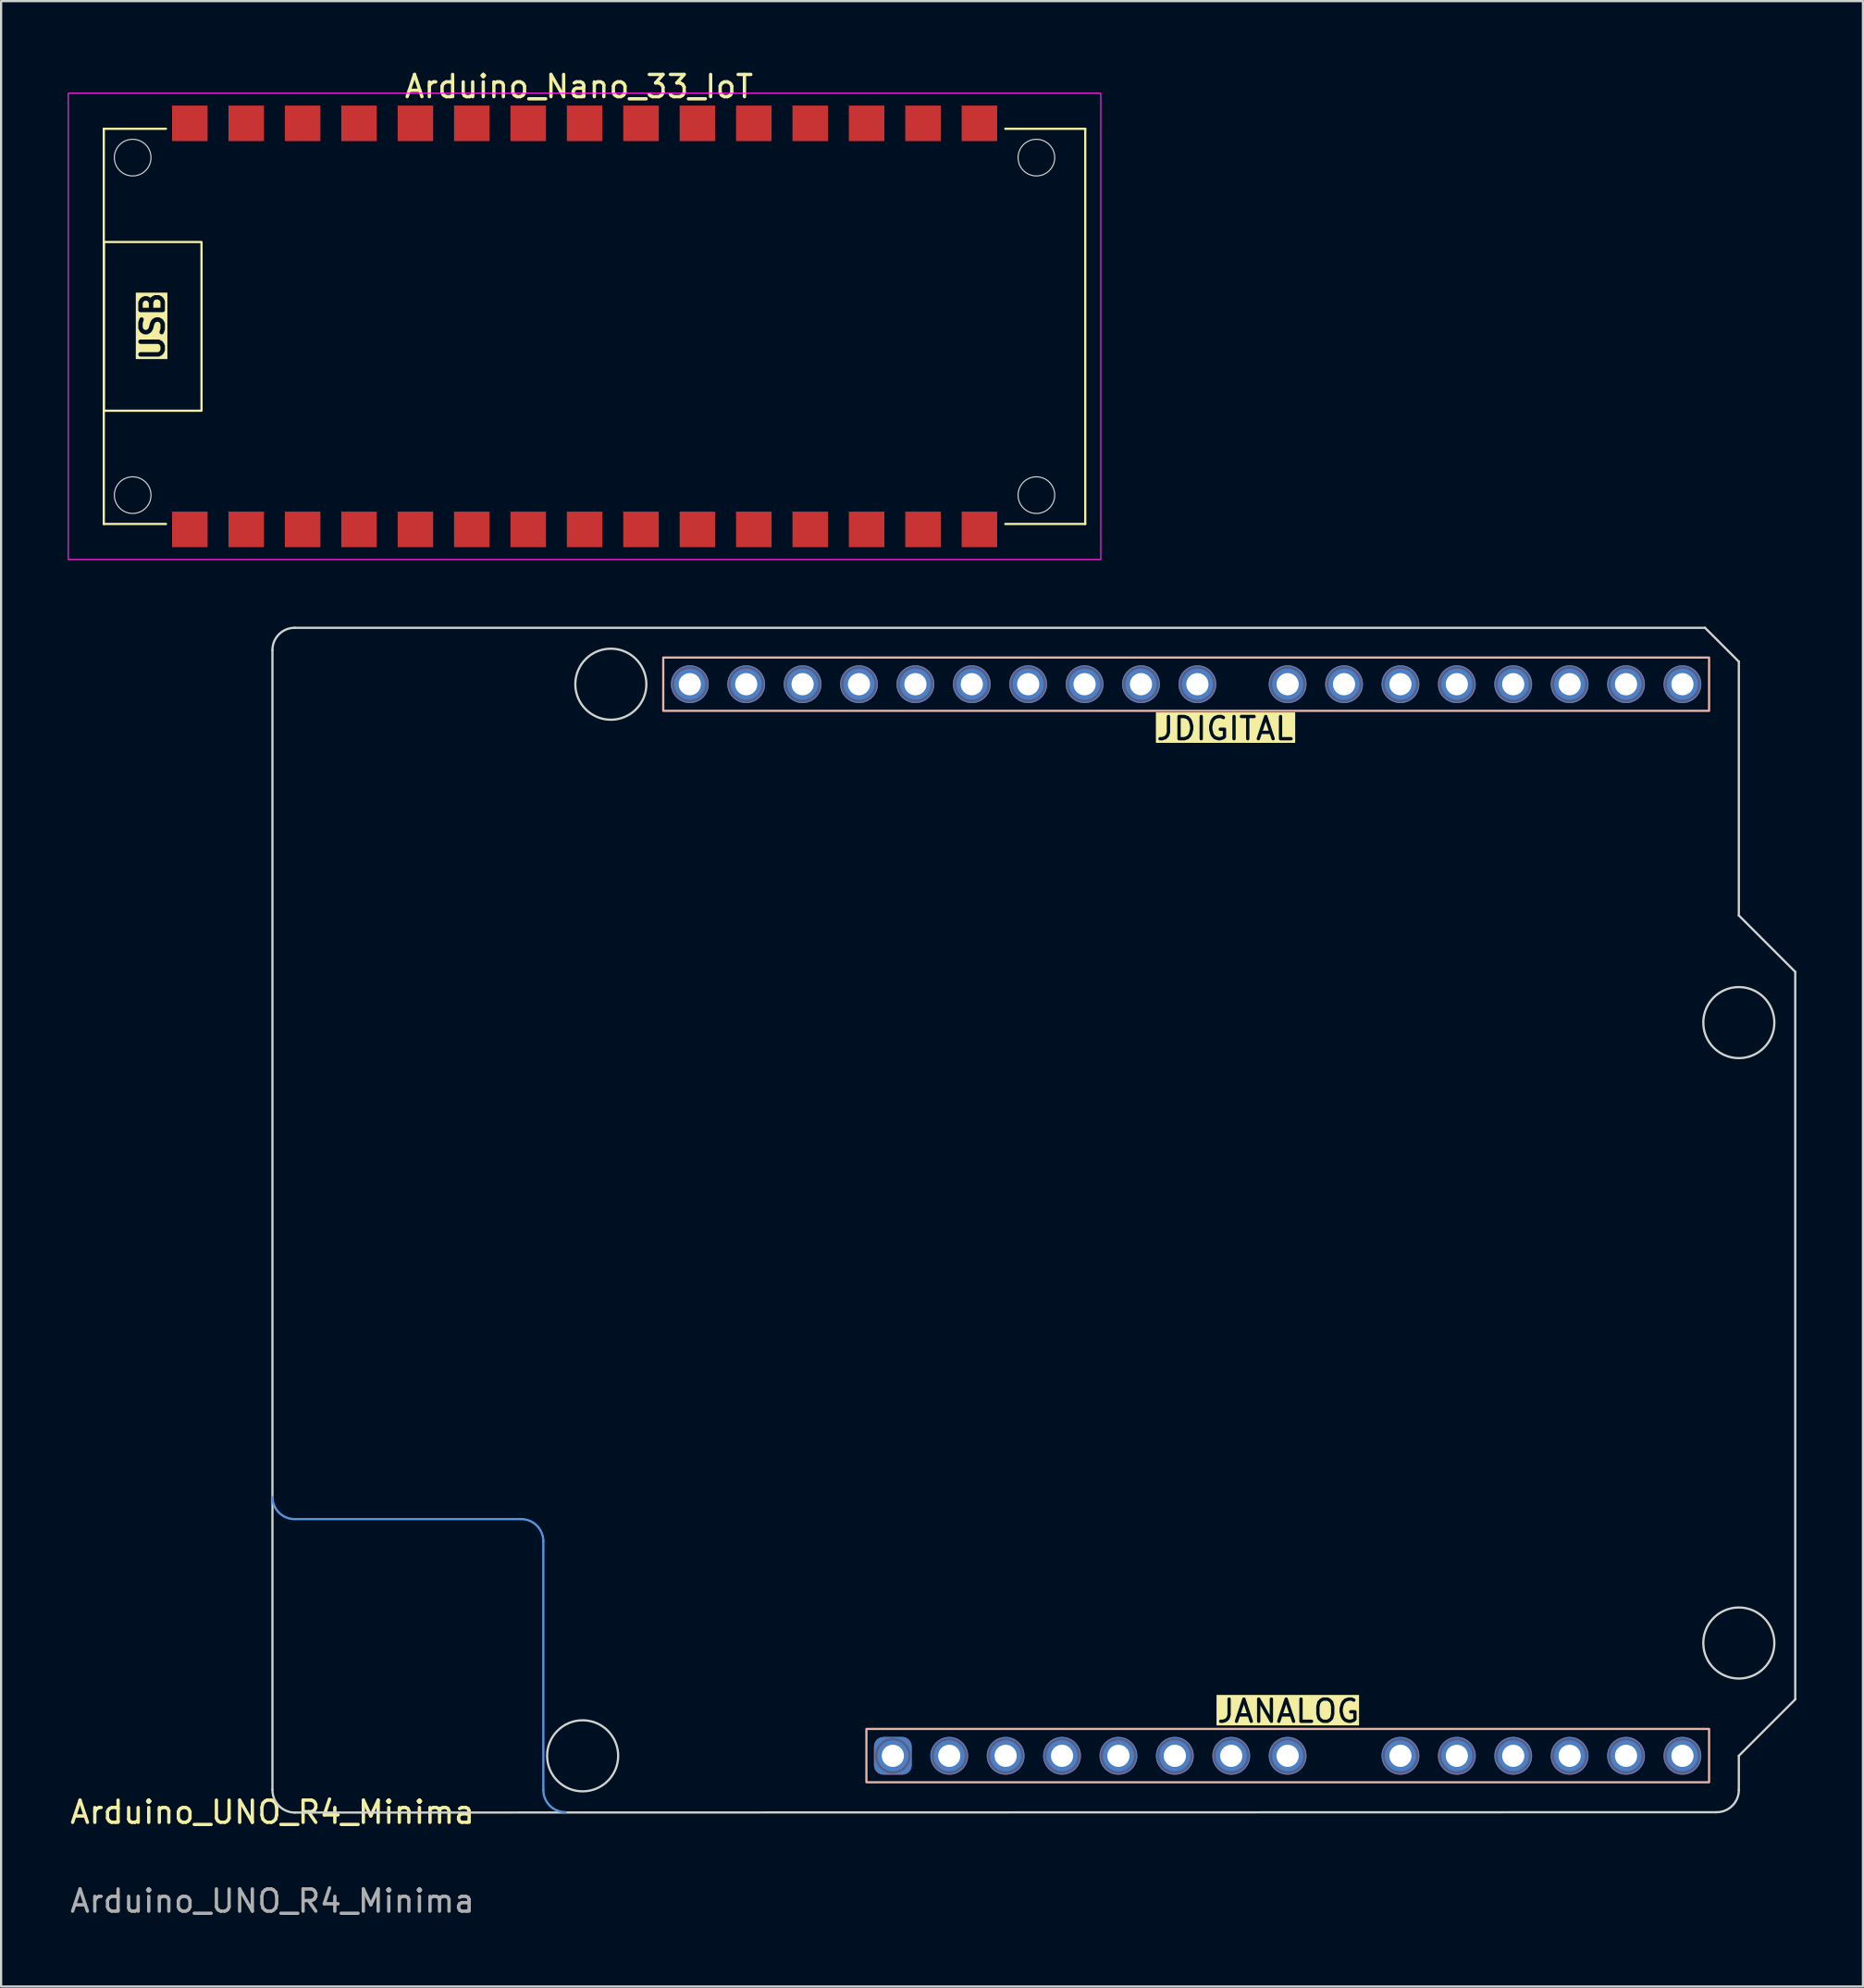
<source format=kicad_pcb>
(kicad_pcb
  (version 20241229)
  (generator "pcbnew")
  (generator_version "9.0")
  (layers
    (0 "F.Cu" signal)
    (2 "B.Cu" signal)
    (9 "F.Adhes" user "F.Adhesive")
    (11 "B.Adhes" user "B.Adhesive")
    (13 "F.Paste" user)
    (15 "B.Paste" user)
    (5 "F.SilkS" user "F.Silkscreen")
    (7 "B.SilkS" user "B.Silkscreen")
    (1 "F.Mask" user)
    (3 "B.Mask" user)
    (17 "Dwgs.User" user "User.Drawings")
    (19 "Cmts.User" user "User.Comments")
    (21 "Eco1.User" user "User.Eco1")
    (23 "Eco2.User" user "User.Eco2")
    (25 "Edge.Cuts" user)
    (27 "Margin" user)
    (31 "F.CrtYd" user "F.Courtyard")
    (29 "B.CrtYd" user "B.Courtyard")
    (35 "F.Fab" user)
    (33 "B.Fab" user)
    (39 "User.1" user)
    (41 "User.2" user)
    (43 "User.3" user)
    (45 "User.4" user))
  (footprint "Arduino_UNO_R4_Minima"
    (layer "F.Cu")
    (at 9.22 78.563)
    (property "Reference" "Arduino_UNO_R4_Minima" (at 0 0 0) (unlocked yes) (layer "F.SilkS") (effects (font (size 1 1) (thickness 0.15))))
    (attr through_hole)
    (fp_rect (start 17.6 -52) (end 64.7 -49.6) (stroke (width 0.1) (type default)) (fill no) (layer "B.SilkS"))
    (fp_rect (start 26.75 -3.75) (end 64.7 -1.35) (stroke (width 0.1) (type default)) (fill no) (layer "B.SilkS"))
    (fp_line (start 11.2 -13.2) (end 1 -13.2) (stroke (width 0.1) (type default)) (layer "Cmts.User"))
    (fp_line (start 12.2 -1) (end 12.2 -12.2) (stroke (width 0.1) (type default)) (layer "Cmts.User"))
    (fp_arc (start 1.000001 -13.200001) (mid 0.292894 -13.492894) (end 0.000001 -14.200001) (stroke (width 0.1) (type default)) (layer "Cmts.User"))
    (fp_arc (start 11.199999 -13.199999) (mid 11.907106 -12.907106) (end 12.199999 -12.199999) (stroke (width 0.1) (type default)) (layer "Cmts.User"))
    (fp_arc (start 13.200001 -0.000001) (mid 12.492894 -0.292894) (end 12.200001 -1.000001) (stroke (width 0.1) (type default)) (layer "Cmts.User"))
    (fp_line (start 0 -52.34) (end 0.000001 -1.016) (stroke (width 0.1) (type default)) (layer "Edge.Cuts"))
    (fp_line (start 1.016 0.016) (end 65.04 0) (stroke (width 0.1) (type default)) (layer "Edge.Cuts"))
    (fp_line (start 64.516 -53.34) (end 1 -53.34) (stroke (width 0.1) (type default)) (layer "Edge.Cuts"))
    (fp_line (start 66.04 -51.816) (end 64.516 -53.34) (stroke (width 0.1) (type default)) (layer "Edge.Cuts"))
    (fp_line (start 66.04 -51.816) (end 66.04 -40.386) (stroke (width 0.1) (type default)) (layer "Edge.Cuts"))
    (fp_line (start 66.04 -2.54) (end 68.58 -5.08) (stroke (width 0.1) (type default)) (layer "Edge.Cuts"))
    (fp_line (start 66.04 -1) (end 66.04 -2.54) (stroke (width 0.1) (type default)) (layer "Edge.Cuts"))
    (fp_line (start 68.58 -37.846) (end 66.04 -40.386) (stroke (width 0.1) (type default)) (layer "Edge.Cuts"))
    (fp_line (start 68.58 -5.08) (end 68.58 -37.846) (stroke (width 0.1) (type default)) (layer "Edge.Cuts"))
    (fp_arc (start 0 -52.34) (mid 0.292893 -53.047106) (end 1 -53.34) (stroke (width 0.1) (type default)) (layer "Edge.Cuts"))
    (fp_arc (start 1.016001 0.016124) (mid 0.291857 -0.287171) (end 0.000002 -1.016) (stroke (width 0.1) (type default)) (layer "Edge.Cuts"))
    (fp_arc (start 66.04 -1.000001) (mid 65.747107 -0.292894) (end 65.04 -0.000001) (stroke (width 0.1) (type default)) (layer "Edge.Cuts"))
    (fp_circle (center 13.97 -2.54) (end 15.57 -2.54) (stroke (width 0.1) (type default)) (fill no) (layer "Edge.Cuts"))
    (fp_circle (center 15.24 -50.8) (end 16.84 -50.8) (stroke (width 0.1) (type default)) (fill no) (layer "Edge.Cuts"))
    (fp_circle (center 66.04 -35.56) (end 67.64 -35.56) (stroke (width 0.1) (type default)) (fill no) (layer "Edge.Cuts"))
    (fp_circle (center 66.04 -7.62) (end 67.64 -7.62) (stroke (width 0.1) (type default)) (fill no) (layer "Edge.Cuts"))
    (fp_circle (center 18.796 -50.8) (end 19.546 -50.8) (stroke (width 0.1) (type solid)) (fill no) (layer "B.Fab"))
    (fp_circle (center 21.336 -50.8) (end 22.086 -50.8) (stroke (width 0.1) (type solid)) (fill no) (layer "B.Fab"))
    (fp_circle (center 23.876 -50.8) (end 24.626 -50.8) (stroke (width 0.1) (type solid)) (fill no) (layer "B.Fab"))
    (fp_circle (center 26.416 -50.8) (end 27.166 -50.8) (stroke (width 0.1) (type solid)) (fill no) (layer "B.Fab"))
    (fp_circle (center 27.94 -2.54) (end 28.69 -2.54) (stroke (width 0.1) (type solid)) (fill no) (layer "B.Fab"))
    (fp_circle (center 28.956 -50.8) (end 29.706 -50.8) (stroke (width 0.1) (type solid)) (fill no) (layer "B.Fab"))
    (fp_circle (center 30.48 -2.54) (end 31.23 -2.54) (stroke (width 0.1) (type solid)) (fill no) (layer "B.Fab"))
    (fp_circle (center 31.496 -50.8) (end 32.246 -50.8) (stroke (width 0.1) (type solid)) (fill no) (layer "B.Fab"))
    (fp_circle (center 33.02 -2.54) (end 33.77 -2.54) (stroke (width 0.1) (type solid)) (fill no) (layer "B.Fab"))
    (fp_circle (center 34.036 -50.8) (end 34.786 -50.8) (stroke (width 0.1) (type solid)) (fill no) (layer "B.Fab"))
    (fp_circle (center 35.56 -2.54) (end 36.31 -2.54) (stroke (width 0.1) (type solid)) (fill no) (layer "B.Fab"))
    (fp_circle (center 36.576 -50.8) (end 37.326 -50.8) (stroke (width 0.1) (type solid)) (fill no) (layer "B.Fab"))
    (fp_circle (center 38.1 -2.54) (end 38.85 -2.54) (stroke (width 0.1) (type solid)) (fill no) (layer "B.Fab"))
    (fp_circle (center 39.116 -50.8) (end 39.866 -50.8) (stroke (width 0.1) (type solid)) (fill no) (layer "B.Fab"))
    (fp_circle (center 40.64 -2.54) (end 41.39 -2.54) (stroke (width 0.1) (type solid)) (fill no) (layer "B.Fab"))
    (fp_circle (center 41.656 -50.8) (end 42.406 -50.8) (stroke (width 0.1) (type solid)) (fill no) (layer "B.Fab"))
    (fp_circle (center 43.18 -2.54) (end 43.93 -2.54) (stroke (width 0.1) (type solid)) (fill no) (layer "B.Fab"))
    (fp_circle (center 45.72 -50.8) (end 46.47 -50.8) (stroke (width 0.1) (type solid)) (fill no) (layer "B.Fab"))
    (fp_circle (center 45.72 -2.54) (end 46.47 -2.54) (stroke (width 0.1) (type solid)) (fill no) (layer "B.Fab"))
    (fp_circle (center 48.26 -50.8) (end 49.01 -50.8) (stroke (width 0.1) (type solid)) (fill no) (layer "B.Fab"))
    (fp_circle (center 50.8 -50.8) (end 51.55 -50.8) (stroke (width 0.1) (type solid)) (fill no) (layer "B.Fab"))
    (fp_circle (center 50.8 -2.54) (end 51.55 -2.54) (stroke (width 0.1) (type solid)) (fill no) (layer "B.Fab"))
    (fp_circle (center 53.34 -50.8) (end 54.09 -50.8) (stroke (width 0.1) (type solid)) (fill no) (layer "B.Fab"))
    (fp_circle (center 53.34 -2.54) (end 54.09 -2.54) (stroke (width 0.1) (type solid)) (fill no) (layer "B.Fab"))
    (fp_circle (center 55.88 -50.8) (end 56.63 -50.8) (stroke (width 0.1) (type solid)) (fill no) (layer "B.Fab"))
    (fp_circle (center 55.88 -2.54) (end 56.63 -2.54) (stroke (width 0.1) (type solid)) (fill no) (layer "B.Fab"))
    (fp_circle (center 58.42 -50.8) (end 59.17 -50.8) (stroke (width 0.1) (type solid)) (fill no) (layer "B.Fab"))
    (fp_circle (center 58.42 -2.54) (end 59.17 -2.54) (stroke (width 0.1) (type solid)) (fill no) (layer "B.Fab"))
    (fp_circle (center 60.96 -50.8) (end 61.71 -50.8) (stroke (width 0.1) (type solid)) (fill no) (layer "B.Fab"))
    (fp_circle (center 60.96 -2.54) (end 61.71 -2.54) (stroke (width 0.1) (type solid)) (fill no) (layer "B.Fab"))
    (fp_circle (center 63.5 -50.8) (end 64.25 -50.8) (stroke (width 0.1) (type solid)) (fill no) (layer "B.Fab"))
    (fp_circle (center 63.5 -2.54) (end 64.25 -2.54) (stroke (width 0.1) (type solid)) (fill no) (layer "B.Fab"))
    (fp_text user "JANALOG" (at 45.75 -4.55 0) (unlocked yes) (layer "F.SilkS" knockout) (effects (font (size 1 1) (thickness 0.15))))
    (fp_text user "JDIGITAL" (at 42.9 -48.8 0) (unlocked yes) (layer "F.SilkS" knockout) (effects (font (size 1 1) (thickness 0.15))))
    (fp_text user "${REFERENCE}" (at 0 4 0) (unlocked yes) (layer "F.Fab") (effects (font (size 1 1) (thickness 0.15))))
    (pad "1" thru_hole roundrect (at 27.94 -2.54) (size 1.7 1.7) (drill 1) (layers "*.Cu" "*.Mask") (roundrect_rratio 0.25))
    (pad "2" thru_hole circle (at 30.48 -2.54) (size 1.7 1.7) (drill 1) (layers "*.Cu" "*.Mask"))
    (pad "3" thru_hole circle (at 33.02 -2.54) (size 1.7 1.7) (drill 1) (layers "*.Cu" "*.Mask"))
    (pad "4" thru_hole circle (at 35.56 -2.54) (size 1.7 1.7) (drill 1) (layers "*.Cu" "*.Mask"))
    (pad "5" thru_hole circle (at 38.1 -2.54) (size 1.7 1.7) (drill 1) (layers "*.Cu" "*.Mask"))
    (pad "6" thru_hole circle (at 40.64 -2.54) (size 1.7 1.7) (drill 1) (layers "*.Cu" "*.Mask"))
    (pad "7" thru_hole circle (at 43.18 -2.54) (size 1.7 1.7) (drill 1) (layers "*.Cu" "*.Mask"))
    (pad "8" thru_hole circle (at 45.72 -2.54) (size 1.7 1.7) (drill 1) (layers "*.Cu" "*.Mask"))
    (pad "9" thru_hole circle (at 50.8 -2.54) (size 1.7 1.7) (drill 1) (layers "*.Cu" "*.Mask"))
    (pad "10" thru_hole circle (at 53.34 -2.54) (size 1.7 1.7) (drill 1) (layers "*.Cu" "*.Mask"))
    (pad "11" thru_hole circle (at 55.88 -2.54) (size 1.7 1.7) (drill 1) (layers "*.Cu" "*.Mask"))
    (pad "12" thru_hole circle (at 58.42 -2.54) (size 1.7 1.7) (drill 1) (layers "*.Cu" "*.Mask"))
    (pad "13" thru_hole circle (at 60.96 -2.54) (size 1.7 1.7) (drill 1) (layers "*.Cu" "*.Mask"))
    (pad "14" thru_hole circle (at 63.5 -2.54) (size 1.7 1.7) (drill 1) (layers "*.Cu" "*.Mask"))
    (pad "15" thru_hole circle (at 63.5 -50.8) (size 1.7 1.7) (drill 1) (layers "*.Cu" "*.Mask"))
    (pad "16" thru_hole circle (at 60.96 -50.8) (size 1.7 1.7) (drill 1) (layers "*.Cu" "*.Mask"))
    (pad "17" thru_hole circle (at 58.42 -50.8) (size 1.7 1.7) (drill 1) (layers "*.Cu" "*.Mask"))
    (pad "18" thru_hole circle (at 55.88 -50.8) (size 1.7 1.7) (drill 1) (layers "*.Cu" "*.Mask"))
    (pad "19" thru_hole circle (at 53.34 -50.8) (size 1.7 1.7) (drill 1) (layers "*.Cu" "*.Mask"))
    (pad "20" thru_hole circle (at 50.8 -50.8) (size 1.7 1.7) (drill 1) (layers "*.Cu" "*.Mask"))
    (pad "21" thru_hole circle (at 48.26 -50.8) (size 1.7 1.7) (drill 1) (layers "*.Cu" "*.Mask"))
    (pad "22" thru_hole circle (at 45.72 -50.8) (size 1.7 1.7) (drill 1) (layers "*.Cu" "*.Mask"))
    (pad "23" thru_hole circle (at 41.656 -50.8) (size 1.7 1.7) (drill 1) (layers "*.Cu" "*.Mask"))
    (pad "24" thru_hole circle (at 39.116 -50.8) (size 1.7 1.7) (drill 1) (layers "*.Cu" "*.Mask"))
    (pad "25" thru_hole circle (at 36.576 -50.8) (size 1.7 1.7) (drill 1) (layers "*.Cu" "*.Mask"))
    (pad "26" thru_hole circle (at 34.036 -50.8) (size 1.7 1.7) (drill 1) (layers "*.Cu" "*.Mask"))
    (pad "27" thru_hole circle (at 31.496 -50.8) (size 1.7 1.7) (drill 1) (layers "*.Cu" "*.Mask"))
    (pad "28" thru_hole circle (at 28.956 -50.8) (size 1.7 1.7) (drill 1) (layers "*.Cu" "*.Mask"))
    (pad "29" thru_hole circle (at 26.416 -50.8) (size 1.7 1.7) (drill 1) (layers "*.Cu" "*.Mask"))
    (pad "30" thru_hole circle (at 23.876 -50.8) (size 1.7 1.7) (drill 1) (layers "*.Cu" "*.Mask"))
    (pad "31" thru_hole circle (at 21.336 -50.8) (size 1.7 1.7) (drill 1) (layers "*.Cu" "*.Mask"))
    (pad "32" thru_hole circle (at 18.796 -50.8) (size 1.7 1.7) (drill 1) (layers "*.Cu" "*.Mask")))
  (footprint "Arduino_Nano_33_IoT"
    (layer "F.Cu")
    (at 23.025 11.648)
    (property "Reference" "Arduino_Nano_33_IoT" (at 0 -10.8 0) (layer "F.SilkS") (effects (font (size 1 1) (thickness 0.15))))
    (attr smd)
    (fp_line (start -21.4 -8.9) (end -21.4 8.9) (stroke (width 0.1) (type default)) (layer "F.SilkS"))
    (fp_line (start -21.4 -8.9) (end -18.6 -8.9) (stroke (width 0.1) (type default)) (layer "F.SilkS"))
    (fp_line (start -21.4 8.9) (end -18.6 8.9) (stroke (width 0.1) (type default)) (layer "F.SilkS"))
    (fp_line (start 19.2 -8.9) (end 22.8 -8.9) (stroke (width 0.1) (type default)) (layer "F.SilkS"))
    (fp_line (start 22.8 -8.9) (end 22.8 8.9) (stroke (width 0.1) (type default)) (layer "F.SilkS"))
    (fp_line (start 22.8 8.9) (end 19.2 8.9) (stroke (width 0.1) (type default)) (layer "F.SilkS"))
    (fp_rect (start -21.4 -3.8) (end -17 3.8) (stroke (width 0.1) (type solid)) (fill no) (layer "F.SilkS"))
    (fp_circle (center -20.1 -7.6) (end -19.275 -7.6) (stroke (width 0.05) (type default)) (fill no) (layer "Edge.Cuts"))
    (fp_circle (center -20.1 7.6) (end -19.275 7.6) (stroke (width 0.05) (type default)) (fill no) (layer "Edge.Cuts"))
    (fp_circle (center 20.6 -7.6) (end 21.425 -7.6) (stroke (width 0.05) (type default)) (fill no) (layer "Edge.Cuts"))
    (fp_circle (center 20.6 7.6) (end 21.425 7.6) (stroke (width 0.05) (type default)) (fill no) (layer "Edge.Cuts"))
    (fp_rect (start -23 -10.5) (end 23.5 10.5) (stroke (width 0.05) (type default)) (fill no) (layer "F.CrtYd"))
    (fp_text user "USB" (at -19.2 0 90) (layer "F.SilkS" knockout) (effects (font (size 1 1) (thickness 0.2) (bold yes))))
    (pad "1" smd rect (at -17.526 9.144) (size 1.6 1.6) (layers "F.Cu" "F.Mask" "F.Paste"))
    (pad "2" smd rect (at -14.986 9.144) (size 1.6 1.6) (layers "F.Cu" "F.Mask" "F.Paste"))
    (pad "3" smd rect (at -12.446 9.144) (size 1.6 1.6) (layers "F.Cu" "F.Mask" "F.Paste"))
    (pad "4" smd rect (at -9.906 9.144) (size 1.6 1.6) (layers "F.Cu" "F.Mask" "F.Paste"))
    (pad "5" smd rect (at -7.366 9.144) (size 1.6 1.6) (layers "F.Cu" "F.Mask" "F.Paste"))
    (pad "6" smd rect (at -4.826 9.144) (size 1.6 1.6) (layers "F.Cu" "F.Mask" "F.Paste"))
    (pad "7" smd rect (at -2.286 9.144) (size 1.6 1.6) (layers "F.Cu" "F.Mask" "F.Paste"))
    (pad "8" smd rect (at 0.254 9.144) (size 1.6 1.6) (layers "F.Cu" "F.Mask" "F.Paste"))
    (pad "9" smd rect (at 2.794 9.144) (size 1.6 1.6) (layers "F.Cu" "F.Mask" "F.Paste"))
    (pad "10" smd rect (at 5.334 9.144) (size 1.6 1.6) (layers "F.Cu" "F.Mask" "F.Paste"))
    (pad "11" smd rect (at 7.874 9.144) (size 1.6 1.6) (layers "F.Cu" "F.Mask" "F.Paste"))
    (pad "12" smd rect (at 10.414 9.144) (size 1.6 1.6) (layers "F.Cu" "F.Mask" "F.Paste"))
    (pad "13" smd rect (at 12.954 9.144) (size 1.6 1.6) (layers "F.Cu" "F.Mask" "F.Paste"))
    (pad "14" smd rect (at 15.494 9.144) (size 1.6 1.6) (layers "F.Cu" "F.Mask" "F.Paste"))
    (pad "15" smd rect (at 18.034 9.144) (size 1.6 1.6) (layers "F.Cu" "F.Mask" "F.Paste"))
    (pad "16" smd rect (at 18.034 -9.144) (size 1.6 1.6) (layers "F.Cu" "F.Mask" "F.Paste"))
    (pad "17" smd rect (at 15.494 -9.144) (size 1.6 1.6) (layers "F.Cu" "F.Mask" "F.Paste"))
    (pad "18" smd rect (at 12.954 -9.144) (size 1.6 1.6) (layers "F.Cu" "F.Mask" "F.Paste"))
    (pad "19" smd rect (at 10.414 -9.144) (size 1.6 1.6) (layers "F.Cu" "F.Mask" "F.Paste"))
    (pad "20" smd rect (at 7.874 -9.144) (size 1.6 1.6) (layers "F.Cu" "F.Mask" "F.Paste"))
    (pad "21" smd rect (at 5.334 -9.144) (size 1.6 1.6) (layers "F.Cu" "F.Mask" "F.Paste"))
    (pad "22" smd rect (at 2.794 -9.144) (size 1.6 1.6) (layers "F.Cu" "F.Mask" "F.Paste"))
    (pad "23" smd rect (at 0.254 -9.144) (size 1.6 1.6) (layers "F.Cu" "F.Mask" "F.Paste"))
    (pad "24" smd rect (at -2.286 -9.144) (size 1.6 1.6) (layers "F.Cu" "F.Mask" "F.Paste"))
    (pad "25" smd rect (at -4.826 -9.144) (size 1.6 1.6) (layers "F.Cu" "F.Mask" "F.Paste"))
    (pad "26" smd rect (at -7.366 -9.144) (size 1.6 1.6) (layers "F.Cu" "F.Mask" "F.Paste"))
    (pad "27" smd rect (at -9.906 -9.144) (size 1.6 1.6) (layers "F.Cu" "F.Mask" "F.Paste"))
    (pad "28" smd rect (at -12.446 -9.144) (size 1.6 1.6) (layers "F.Cu" "F.Mask" "F.Paste"))
    (pad "29" smd rect (at -14.986 -9.144) (size 1.6 1.6) (layers "F.Cu" "F.Mask" "F.Paste"))
    (pad "30" smd rect (at -17.526 -9.144) (size 1.6 1.6) (layers "F.Cu" "F.Mask" "F.Paste")))
  (gr_rect
    (start -3 -3)
    (end 80.85 86.412)
    (stroke (width 0.1) (type default))
    (fill no)
    (layer "Edge.Cuts")))
</source>
